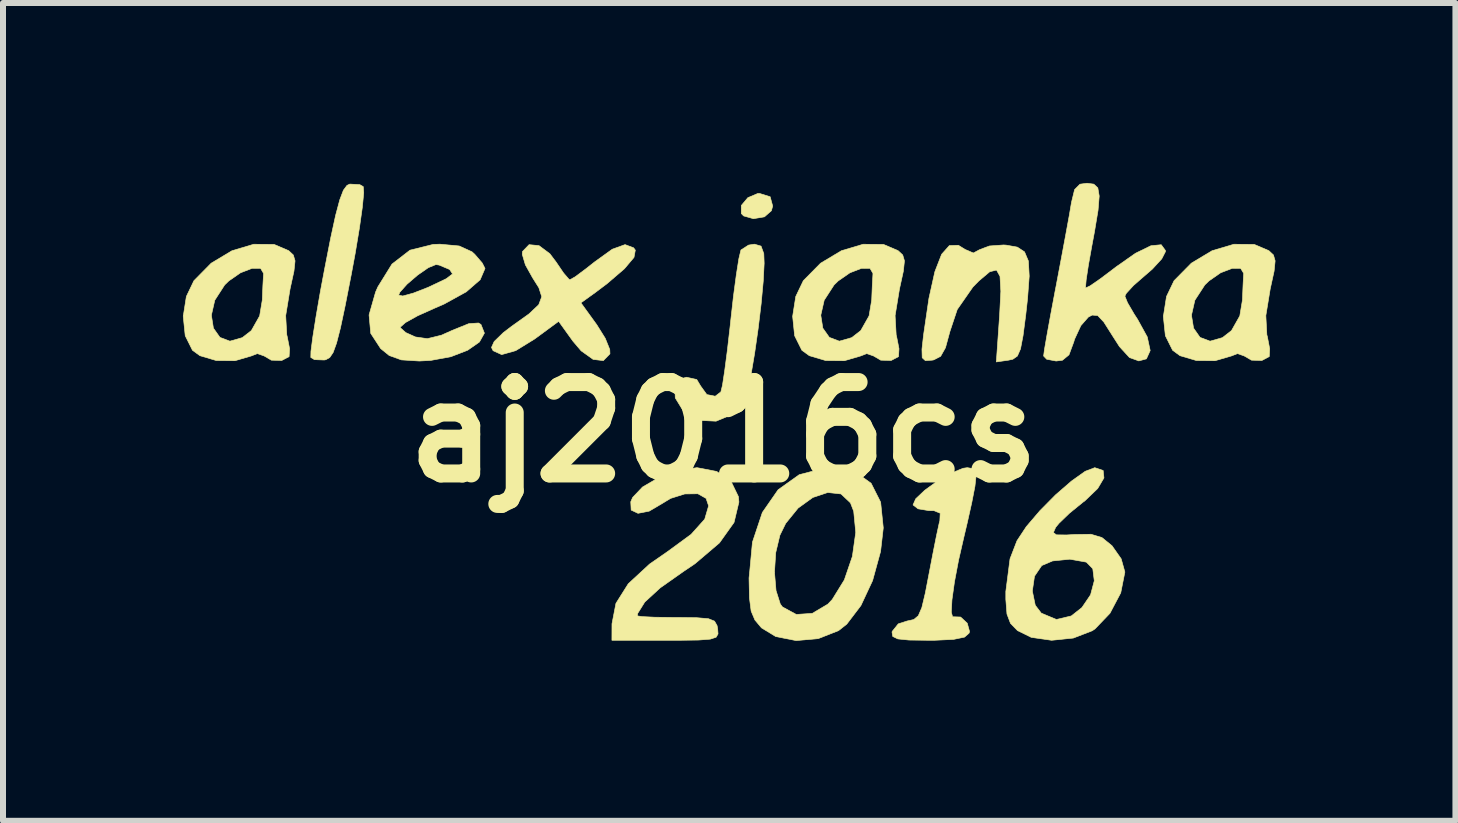
<source format=kicad_pcb>
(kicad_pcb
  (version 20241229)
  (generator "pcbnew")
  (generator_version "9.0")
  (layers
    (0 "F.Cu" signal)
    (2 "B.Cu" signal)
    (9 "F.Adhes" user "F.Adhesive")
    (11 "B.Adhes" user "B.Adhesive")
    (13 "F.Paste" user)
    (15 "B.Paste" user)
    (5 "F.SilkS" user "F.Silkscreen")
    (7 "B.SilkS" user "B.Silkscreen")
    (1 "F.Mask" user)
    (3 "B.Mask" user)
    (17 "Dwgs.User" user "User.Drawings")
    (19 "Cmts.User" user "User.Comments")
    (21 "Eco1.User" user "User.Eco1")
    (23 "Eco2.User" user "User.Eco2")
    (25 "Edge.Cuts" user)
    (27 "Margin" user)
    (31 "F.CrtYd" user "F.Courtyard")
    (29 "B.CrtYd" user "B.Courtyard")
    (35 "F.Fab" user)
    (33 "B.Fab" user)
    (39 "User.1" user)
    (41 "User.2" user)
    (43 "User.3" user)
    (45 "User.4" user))
  (footprint "aj2016cs"
    (layer "F.Cu")
    (at 9.015 4.154)
    (property "Reference" "aj2016cs" (at 0 0 0) (layer "F.SilkS") (effects (font (size 1.524 1.524) (thickness 0.3))))
    (attr through_hole)
    (fp_poly (pts (xy 0.775 -3.924) (xy 0.817 -3.769) (xy 0.796 -3.691) (xy 0.68 -3.589) (xy 0.496 -3.558) (xy 0.333 -3.604) (xy 0.294 -3.644) (xy 0.294 -3.778) (xy 0.403 -3.908) (xy 0.568 -3.978) (xy 0.598 -3.979) (xy 0.775 -3.924)) (stroke (width 0.01) (type solid)) (fill yes) (layer "F.SilkS"))
    (fp_poly (pts (xy -6.067 -4.126) (xy -6.009 -4.093) (xy -6.001 -3.99) (xy -6.024 -3.75) (xy -6.073 -3.402) (xy -6.144 -2.975) (xy -6.209 -2.625) (xy -6.31 -2.109) (xy -6.389 -1.737) (xy -6.454 -1.484) (xy -6.511 -1.327) (xy -6.568 -1.243) (xy -6.633 -1.207) (xy -6.66 -1.202) (xy -6.822 -1.208) (xy -6.883 -1.244) (xy -6.881 -1.346) (xy -6.85 -1.585) (xy -6.795 -1.932) (xy -6.721 -2.359) (xy -6.655 -2.709) (xy -6.552 -3.235) (xy -6.469 -3.616) (xy -6.4 -3.874) (xy -6.34 -4.032) (xy -6.28 -4.113) (xy -6.233 -4.135) (xy -6.067 -4.126)) (stroke (width 0.01) (type solid)) (fill yes) (layer "F.SilkS"))
    (fp_poly (pts (xy 0.623 -3.101) (xy 0.669 -2.976) (xy 0.675 -2.815) (xy 0.66 -2.518) (xy 0.625 -2.141) (xy 0.575 -1.725) (xy 0.516 -1.313) (xy 0.454 -0.947) (xy 0.395 -0.669) (xy 0.349 -0.527) (xy 0.144 -0.295) (xy -0.127 -0.182) (xy -0.413 -0.196) (xy -0.665 -0.345) (xy -0.677 -0.358) (xy -0.807 -0.57) (xy -0.814 -0.762) (xy -0.704 -0.891) (xy -0.621 -0.915) (xy -0.449 -0.877) (xy -0.383 -0.767) (xy -0.281 -0.626) (xy -0.141 -0.598) (xy -0.047 -0.67) (xy -0.02 -0.78) (xy 0.017 -1.023) (xy 0.062 -1.367) (xy 0.109 -1.776) (xy 0.116 -1.844) (xy 0.163 -2.263) (xy 0.211 -2.623) (xy 0.253 -2.89) (xy 0.286 -3.029) (xy 0.289 -3.037) (xy 0.415 -3.118) (xy 0.513 -3.133) (xy 0.623 -3.101)) (stroke (width 0.01) (type solid)) (fill yes) (layer "F.SilkS"))
    (fp_poly (pts (xy 4.711 -3.117) (xy 4.896 -3.084) (xy 5.016 -3.005) (xy 5.08 -2.853) (xy 5.094 -2.601) (xy 5.066 -2.223) (xy 5.037 -1.96) (xy 4.991 -1.606) (xy 4.949 -1.387) (xy 4.897 -1.268) (xy 4.821 -1.215) (xy 4.748 -1.199) (xy 4.546 -1.17) (xy 4.6 -1.94) (xy 4.621 -2.347) (xy 4.607 -2.597) (xy 4.549 -2.702) (xy 4.435 -2.673) (xy 4.255 -2.521) (xy 4.155 -2.419) (xy 3.894 -2.044) (xy 3.772 -1.678) (xy 3.698 -1.407) (xy 3.617 -1.263) (xy 3.502 -1.204) (xy 3.474 -1.199) (xy 3.362 -1.192) (xy 3.31 -1.24) (xy 3.306 -1.382) (xy 3.333 -1.622) (xy 3.422 -2.229) (xy 3.521 -2.674) (xy 3.634 -2.965) (xy 3.763 -3.11) (xy 3.913 -3.115) (xy 4.026 -3.045) (xy 4.163 -2.986) (xy 4.27 -3.043) (xy 4.43 -3.103) (xy 4.668 -3.12) (xy 4.711 -3.117)) (stroke (width 0.01) (type solid)) (fill yes) (layer "F.SilkS"))
    (fp_poly (pts (xy -1.502 -3.073) (xy -1.473 -3.034) (xy -1.495 -2.913) (xy -1.655 -2.723) (xy -1.943 -2.476) (xy -2.142 -2.326) (xy -2.38 -2.155) (xy -2.115 -1.789) (xy -1.974 -1.563) (xy -1.899 -1.377) (xy -1.896 -1.305) (xy -2.006 -1.192) (xy -2.176 -1.212) (xy -2.376 -1.355) (xy -2.513 -1.516) (xy -2.751 -1.847) (xy -3.152 -1.552) (xy -3.467 -1.358) (xy -3.701 -1.292) (xy -3.844 -1.357) (xy -3.871 -1.411) (xy -3.826 -1.51) (xy -3.674 -1.658) (xy -3.535 -1.764) (xy -3.245 -1.971) (xy -3.083 -2.124) (xy -3.033 -2.257) (xy -3.081 -2.407) (xy -3.185 -2.572) (xy -3.306 -2.789) (xy -3.358 -2.965) (xy -3.354 -3.011) (xy -3.244 -3.125) (xy -3.079 -3.109) (xy -2.898 -2.974) (xy -2.794 -2.836) (xy -2.669 -2.652) (xy -2.579 -2.548) (xy -2.563 -2.54) (xy -2.476 -2.589) (xy -2.304 -2.717) (xy -2.153 -2.836) (xy -1.857 -3.049) (xy -1.644 -3.126) (xy -1.502 -3.073)) (stroke (width 0.01) (type solid)) (fill yes) (layer "F.SilkS"))
    (fp_poly (pts (xy 2.189 0.659) (xy 2.458 0.853) (xy 2.617 1.168) (xy 2.661 1.597) (xy 2.616 1.99) (xy 2.483 2.475) (xy 2.288 2.892) (xy 2.052 3.202) (xy 1.915 3.31) (xy 1.577 3.443) (xy 1.209 3.476) (xy 0.869 3.409) (xy 0.631 3.264) (xy 0.521 3.133) (xy 0.458 2.984) (xy 0.43 2.766) (xy 0.423 2.433) (xy 0.433 2.336) (xy 0.847 2.336) (xy 0.873 2.642) (xy 0.944 2.866) (xy 0.98 2.915) (xy 1.211 3.04) (xy 1.478 3.022) (xy 1.736 2.869) (xy 1.81 2.791) (xy 2.012 2.464) (xy 2.146 2.072) (xy 2.202 1.672) (xy 2.168 1.32) (xy 2.114 1.18) (xy 1.956 1.031) (xy 1.735 1.007) (xy 1.486 1.09) (xy 1.241 1.267) (xy 1.034 1.522) (xy 0.937 1.72) (xy 0.868 2.009) (xy 0.847 2.336) (xy 0.433 2.336) (xy 0.48 1.835) (xy 0.645 1.34) (xy 0.908 0.961) (xy 1.26 0.71) (xy 1.693 0.597) (xy 1.813 0.593) (xy 2.189 0.659)) (stroke (width 0.01) (type solid)) (fill yes) (layer "F.SilkS"))
    (fp_poly (pts (xy 4.176 0.612) (xy 4.212 0.7) (xy 4.189 0.905) (xy 4.188 0.91) (xy 4.137 1.172) (xy 4.062 1.508) (xy 4.008 1.736) (xy 3.917 2.132) (xy 3.848 2.496) (xy 3.806 2.796) (xy 3.795 3.002) (xy 3.817 3.082) (xy 3.828 3.079) (xy 3.95 3.083) (xy 4.061 3.186) (xy 4.099 3.323) (xy 4.092 3.351) (xy 4.016 3.418) (xy 3.832 3.456) (xy 3.513 3.471) (xy 3.414 3.471) (xy 3.09 3.467) (xy 2.903 3.448) (xy 2.819 3.407) (xy 2.807 3.336) (xy 2.81 3.323) (xy 2.911 3.197) (xy 3.06 3.149) (xy 3.169 3.125) (xy 3.245 3.062) (xy 3.304 2.926) (xy 3.362 2.683) (xy 3.419 2.387) (xy 3.487 2.033) (xy 3.548 1.727) (xy 3.593 1.519) (xy 3.604 1.478) (xy 3.61 1.352) (xy 3.505 1.31) (xy 3.421 1.309) (xy 3.241 1.279) (xy 3.157 1.214) (xy 3.202 1.112) (xy 3.353 0.969) (xy 3.566 0.815) (xy 3.794 0.683) (xy 3.992 0.603) (xy 4.062 0.593) (xy 4.176 0.612)) (stroke (width 0.01) (type solid)) (fill yes) (layer "F.SilkS"))
    (fp_poly (pts (xy -7.495 -3.129) (xy -7.252 -3.025) (xy -7.175 -2.953) (xy -7.146 -2.855) (xy -7.164 -2.684) (xy -7.227 -2.396) (xy -7.229 -2.387) (xy -7.302 -1.942) (xy -7.284 -1.621) (xy -7.277 -1.594) (xy -7.237 -1.39) (xy -7.245 -1.26) (xy -7.246 -1.258) (xy -7.368 -1.194) (xy -7.541 -1.199) (xy -7.662 -1.27) (xy -7.775 -1.309) (xy -7.874 -1.27) (xy -8.148 -1.19) (xy -8.459 -1.193) (xy -8.732 -1.274) (xy -8.856 -1.364) (xy -8.977 -1.607) (xy -9.01 -1.929) (xy -9.007 -1.949) (xy -8.541 -1.949) (xy -8.507 -1.733) (xy -8.398 -1.579) (xy -8.232 -1.516) (xy -8.025 -1.575) (xy -7.874 -1.693) (xy -7.736 -1.937) (xy -7.692 -2.201) (xy -7.682 -2.445) (xy -7.672 -2.622) (xy -7.671 -2.646) (xy -7.721 -2.731) (xy -7.864 -2.73) (xy -8.055 -2.656) (xy -8.25 -2.521) (xy -8.319 -2.454) (xy -8.484 -2.199) (xy -8.541 -1.949) (xy -9.007 -1.949) (xy -8.958 -2.261) (xy -8.832 -2.524) (xy -8.544 -2.816) (xy -8.197 -3.024) (xy -7.834 -3.132) (xy -7.495 -3.129)) (stroke (width 0.01) (type solid)) (fill yes) (layer "F.SilkS"))
    (fp_poly (pts (xy 2.665 -3.129) (xy 2.908 -3.025) (xy 2.985 -2.953) (xy 3.014 -2.855) (xy 2.996 -2.684) (xy 2.933 -2.396) (xy 2.931 -2.387) (xy 2.858 -1.942) (xy 2.876 -1.621) (xy 2.883 -1.594) (xy 2.923 -1.39) (xy 2.915 -1.26) (xy 2.914 -1.258) (xy 2.792 -1.194) (xy 2.619 -1.199) (xy 2.498 -1.27) (xy 2.385 -1.309) (xy 2.286 -1.27) (xy 2.012 -1.19) (xy 1.701 -1.193) (xy 1.428 -1.274) (xy 1.304 -1.364) (xy 1.183 -1.607) (xy 1.15 -1.929) (xy 1.153 -1.949) (xy 1.619 -1.949) (xy 1.653 -1.733) (xy 1.762 -1.579) (xy 1.928 -1.516) (xy 2.135 -1.575) (xy 2.286 -1.693) (xy 2.424 -1.937) (xy 2.468 -2.201) (xy 2.478 -2.445) (xy 2.488 -2.622) (xy 2.489 -2.646) (xy 2.439 -2.731) (xy 2.296 -2.73) (xy 2.105 -2.656) (xy 1.91 -2.521) (xy 1.841 -2.454) (xy 1.676 -2.199) (xy 1.619 -1.949) (xy 1.153 -1.949) (xy 1.202 -2.261) (xy 1.328 -2.524) (xy 1.616 -2.816) (xy 1.963 -3.024) (xy 2.326 -3.132) (xy 2.665 -3.129)) (stroke (width 0.01) (type solid)) (fill yes) (layer "F.SilkS"))
    (fp_poly (pts (xy 8.846 -3.129) (xy 9.089 -3.025) (xy 9.166 -2.953) (xy 9.194 -2.855) (xy 9.177 -2.684) (xy 9.114 -2.396) (xy 9.112 -2.387) (xy 9.039 -1.942) (xy 9.056 -1.621) (xy 9.064 -1.594) (xy 9.103 -1.39) (xy 9.096 -1.26) (xy 9.094 -1.258) (xy 8.973 -1.194) (xy 8.8 -1.199) (xy 8.678 -1.27) (xy 8.566 -1.309) (xy 8.467 -1.27) (xy 8.192 -1.19) (xy 7.882 -1.193) (xy 7.608 -1.274) (xy 7.485 -1.364) (xy 7.364 -1.607) (xy 7.33 -1.929) (xy 7.334 -1.949) (xy 7.799 -1.949) (xy 7.834 -1.733) (xy 7.942 -1.579) (xy 8.109 -1.516) (xy 8.316 -1.575) (xy 8.467 -1.693) (xy 8.605 -1.937) (xy 8.649 -2.201) (xy 8.659 -2.445) (xy 8.668 -2.622) (xy 8.67 -2.646) (xy 8.619 -2.731) (xy 8.477 -2.73) (xy 8.285 -2.656) (xy 8.091 -2.521) (xy 8.022 -2.454) (xy 7.856 -2.199) (xy 7.799 -1.949) (xy 7.334 -1.949) (xy 7.383 -2.261) (xy 7.509 -2.524) (xy 7.797 -2.816) (xy 8.143 -3.024) (xy 8.507 -3.132) (xy 8.846 -3.129)) (stroke (width 0.01) (type solid)) (fill yes) (layer "F.SilkS"))
    (fp_poly (pts (xy -0.116 0.656) (xy 0.125 0.826) (xy 0.246 1.076) (xy 0.254 1.167) (xy 0.173 1.506) (xy -0.07 1.847) (xy -0.478 2.194) (xy -0.671 2.324) (xy -1.057 2.596) (xy -1.315 2.833) (xy -1.433 3.022) (xy -1.439 3.064) (xy -1.362 3.076) (xy -1.155 3.086) (xy -0.861 3.09) (xy -0.783 3.09) (xy -0.452 3.094) (xy -0.254 3.111) (xy -0.152 3.152) (xy -0.11 3.226) (xy -0.1 3.281) (xy -0.094 3.365) (xy -0.126 3.42) (xy -0.224 3.452) (xy -0.418 3.467) (xy -0.736 3.471) (xy -0.968 3.471) (xy -1.863 3.471) (xy -1.862 3.196) (xy -1.796 2.855) (xy -1.59 2.528) (xy -1.235 2.2) (xy -0.935 1.992) (xy -0.543 1.705) (xy -0.316 1.452) (xy -0.251 1.23) (xy -0.293 1.105) (xy -0.43 1.028) (xy -0.649 1.031) (xy -0.887 1.106) (xy -1.016 1.185) (xy -1.242 1.318) (xy -1.428 1.354) (xy -1.542 1.3) (xy -1.549 1.162) (xy -1.518 1.09) (xy -1.352 0.915) (xy -1.077 0.755) (xy -0.755 0.639) (xy -0.446 0.593) (xy -0.443 0.593) (xy -0.116 0.656)) (stroke (width 0.01) (type solid)) (fill yes) (layer "F.SilkS"))
    (fp_poly (pts (xy -4.409 -3.103) (xy -4.196 -3.006) (xy -4.149 -2.963) (xy -4.025 -2.819) (xy -3.979 -2.728) (xy -4.06 -2.54) (xy -4.292 -2.338) (xy -4.659 -2.136) (xy -4.822 -2.065) (xy -5.103 -1.939) (xy -5.304 -1.827) (xy -5.391 -1.75) (xy -5.392 -1.741) (xy -5.3 -1.659) (xy -5.138 -1.586) (xy -4.94 -1.558) (xy -4.707 -1.615) (xy -4.523 -1.697) (xy -4.249 -1.808) (xy -4.087 -1.819) (xy -4.046 -1.794) (xy -3.989 -1.65) (xy -4.072 -1.502) (xy -4.268 -1.365) (xy -4.548 -1.257) (xy -4.885 -1.195) (xy -5.075 -1.185) (xy -5.374 -1.204) (xy -5.576 -1.277) (xy -5.719 -1.393) (xy -5.884 -1.646) (xy -5.912 -1.953) (xy -5.818 -2.283) (xy -5.419 -2.283) (xy -5.35 -2.269) (xy -5.172 -2.318) (xy -4.926 -2.414) (xy -4.654 -2.543) (xy -4.624 -2.558) (xy -4.52 -2.637) (xy -4.566 -2.707) (xy -4.582 -2.717) (xy -4.744 -2.785) (xy -4.798 -2.793) (xy -4.923 -2.742) (xy -5.102 -2.618) (xy -5.279 -2.466) (xy -5.398 -2.333) (xy -5.419 -2.283) (xy -5.818 -2.283) (xy -5.803 -2.335) (xy -5.766 -2.42) (xy -5.53 -2.801) (xy -5.23 -3.033) (xy -4.844 -3.129) (xy -4.73 -3.133) (xy -4.409 -3.103)) (stroke (width 0.01) (type solid)) (fill yes) (layer "F.SilkS"))
    (fp_poly (pts (xy 6.327 0.64) (xy 6.34 0.764) (xy 6.236 0.94) (xy 6.025 1.143) (xy 5.989 1.17) (xy 5.764 1.353) (xy 5.591 1.52) (xy 5.535 1.588) (xy 5.497 1.675) (xy 5.547 1.713) (xy 5.717 1.715) (xy 5.85 1.707) (xy 6.124 1.703) (xy 6.306 1.758) (xy 6.471 1.892) (xy 6.473 1.893) (xy 6.627 2.112) (xy 6.689 2.333) (xy 6.62 2.68) (xy 6.44 3.021) (xy 6.192 3.28) (xy 6.145 3.312) (xy 5.829 3.434) (xy 5.468 3.471) (xy 5.128 3.422) (xy 4.899 3.309) (xy 4.782 3.189) (xy 4.723 3.033) (xy 4.704 2.787) (xy 4.704 2.653) (xy 4.705 2.65) (xy 5.146 2.65) (xy 5.195 2.887) (xy 5.295 3.018) (xy 5.547 3.124) (xy 5.796 3.065) (xy 5.973 2.925) (xy 6.117 2.713) (xy 6.179 2.479) (xy 6.154 2.278) (xy 6.047 2.168) (xy 5.772 2.119) (xy 5.483 2.148) (xy 5.303 2.225) (xy 5.182 2.403) (xy 5.146 2.65) (xy 4.705 2.65) (xy 4.774 2.113) (xy 4.89 1.812) (xy 5.045 1.577) (xy 5.272 1.311) (xy 5.534 1.046) (xy 5.798 0.817) (xy 6.027 0.654) (xy 6.187 0.593) (xy 6.187 0.593) (xy 6.327 0.64)) (stroke (width 0.01) (type solid)) (fill yes) (layer "F.SilkS"))
    (fp_poly (pts (xy 6.171 -4.134) (xy 6.238 -4.071) (xy 6.261 -3.936) (xy 6.242 -3.7) (xy 6.182 -3.339) (xy 6.137 -3.098) (xy 6.081 -2.785) (xy 6.044 -2.542) (xy 6.033 -2.413) (xy 6.035 -2.403) (xy 6.109 -2.438) (xy 6.28 -2.556) (xy 6.512 -2.731) (xy 6.543 -2.755) (xy 6.867 -2.982) (xy 7.123 -3.107) (xy 7.295 -3.124) (xy 7.365 -3.028) (xy 7.366 -3.01) (xy 7.304 -2.889) (xy 7.147 -2.718) (xy 7.027 -2.614) (xy 6.834 -2.446) (xy 6.712 -2.313) (xy 6.689 -2.267) (xy 6.733 -2.157) (xy 6.844 -1.967) (xy 6.9 -1.881) (xy 7.062 -1.587) (xy 7.111 -1.36) (xy 7.048 -1.221) (xy 6.921 -1.187) (xy 6.766 -1.243) (xy 6.599 -1.425) (xy 6.485 -1.603) (xy 6.338 -1.835) (xy 6.236 -1.943) (xy 6.145 -1.951) (xy 6.081 -1.919) (xy 5.955 -1.775) (xy 5.85 -1.548) (xy 5.837 -1.503) (xy 5.757 -1.288) (xy 5.648 -1.198) (xy 5.542 -1.185) (xy 5.385 -1.215) (xy 5.334 -1.269) (xy 5.349 -1.38) (xy 5.391 -1.623) (xy 5.453 -1.964) (xy 5.529 -2.368) (xy 5.542 -2.434) (xy 5.625 -2.873) (xy 5.701 -3.28) (xy 5.762 -3.612) (xy 5.798 -3.825) (xy 5.799 -3.831) (xy 5.851 -4.044) (xy 5.94 -4.133) (xy 6.058 -4.149) (xy 6.171 -4.134)) (stroke (width 0.01) (type solid)) (fill yes) (layer "F.SilkS")))
  (gr_rect
    (start -3 -3)
    (end 21.215 10.634)
    (stroke (width 0.1) (type default))
    (fill no)
    (layer "Edge.Cuts")))
</source>
